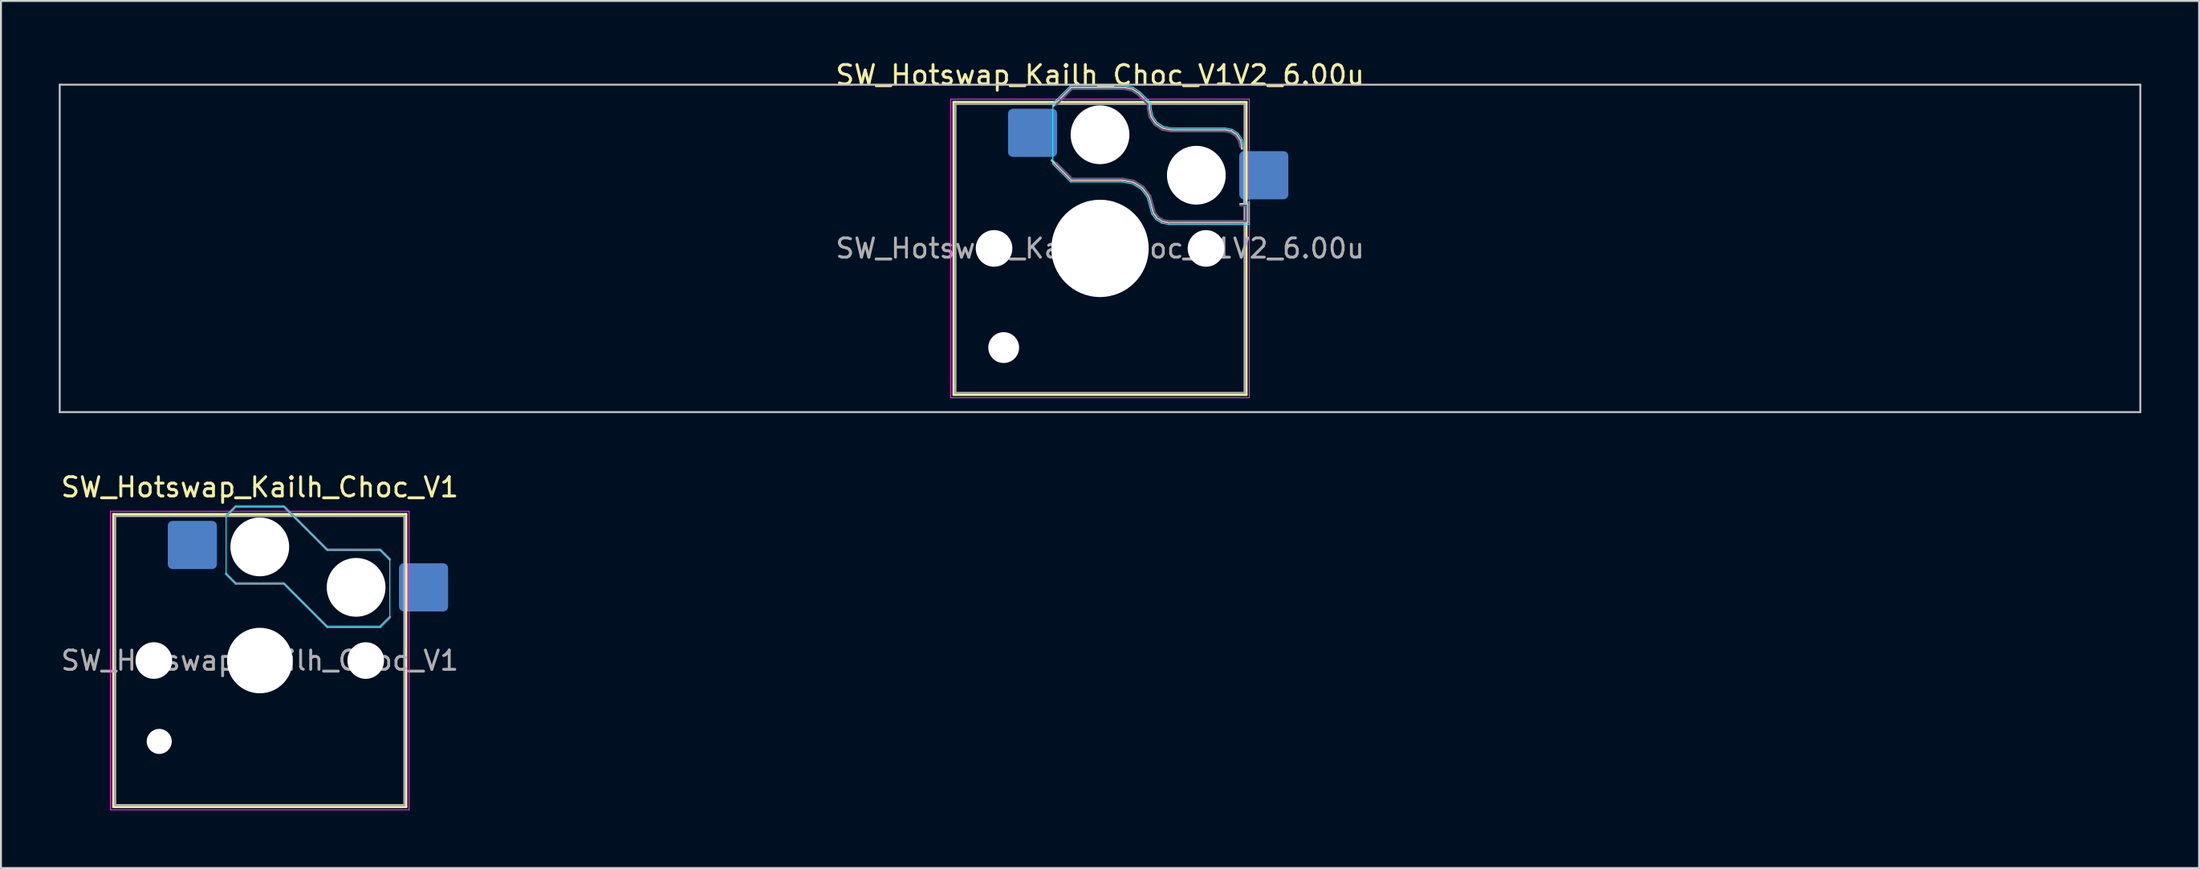
<source format=kicad_pcb>
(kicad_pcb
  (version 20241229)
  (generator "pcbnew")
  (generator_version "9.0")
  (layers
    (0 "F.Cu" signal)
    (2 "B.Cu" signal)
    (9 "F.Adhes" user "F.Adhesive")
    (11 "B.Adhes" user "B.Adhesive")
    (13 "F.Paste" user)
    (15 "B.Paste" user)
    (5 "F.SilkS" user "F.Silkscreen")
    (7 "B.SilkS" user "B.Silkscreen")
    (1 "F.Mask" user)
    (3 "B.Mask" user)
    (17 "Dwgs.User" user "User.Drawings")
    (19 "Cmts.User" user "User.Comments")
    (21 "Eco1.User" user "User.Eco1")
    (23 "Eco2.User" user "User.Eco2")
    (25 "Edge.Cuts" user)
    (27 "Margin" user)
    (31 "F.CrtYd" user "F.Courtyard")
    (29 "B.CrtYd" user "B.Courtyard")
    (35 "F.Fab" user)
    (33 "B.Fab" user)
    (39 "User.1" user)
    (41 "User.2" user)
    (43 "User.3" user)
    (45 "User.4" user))
  (footprint "SW_Hotswap_Kailh_Choc_V1"
    (layer "F.Cu")
    (at 10.435 31.247)
    (property "Reference" "SW_Hotswap_Kailh_Choc_V1" (at 0 -9 0) (layer "F.SilkS") (effects (font (size 1 1) (thickness 0.15))))
    (attr smd)
    (fp_line (start -7.6 -7.6) (end -7.6 7.6) (stroke (width 0.12) (type solid)) (layer "F.SilkS"))
    (fp_line (start -7.6 7.6) (end 7.6 7.6) (stroke (width 0.12) (type solid)) (layer "F.SilkS"))
    (fp_line (start 7.6 -7.6) (end -7.6 -7.6) (stroke (width 0.12) (type solid)) (layer "F.SilkS"))
    (fp_line (start 7.6 7.6) (end 7.6 -7.6) (stroke (width 0.12) (type solid)) (layer "F.SilkS"))
    (fp_line (start -1.75 -7.5) (end -1.25 -8) (stroke (width 0.12) (type solid)) (layer "B.SilkS"))
    (fp_line (start -1.25 -8) (end 1.25 -8) (stroke (width 0.12) (type solid)) (layer "B.SilkS"))
    (fp_line (start -1.25 -4) (end -1.75 -4.5) (stroke (width 0.12) (type solid)) (layer "B.SilkS"))
    (fp_line (start 1.25 -8) (end 3.5 -5.75) (stroke (width 0.12) (type solid)) (layer "B.SilkS"))
    (fp_line (start 1.25 -4) (end -1.25 -4) (stroke (width 0.12) (type solid)) (layer "B.SilkS"))
    (fp_line (start 3.5 -5.75) (end 6.25 -5.75) (stroke (width 0.12) (type solid)) (layer "B.SilkS"))
    (fp_line (start 3.5 -1.75) (end 1.25 -4) (stroke (width 0.12) (type solid)) (layer "B.SilkS"))
    (fp_line (start 6.25 -5.75) (end 6.75 -5.25) (stroke (width 0.12) (type solid)) (layer "B.SilkS"))
    (fp_line (start 6.25 -1.75) (end 3.5 -1.75) (stroke (width 0.12) (type solid)) (layer "B.SilkS"))
    (fp_line (start 6.75 -2.25) (end 6.25 -1.75) (stroke (width 0.12) (type solid)) (layer "B.SilkS"))
    (fp_line (start -7.25 -7.25) (end -7.25 7.25) (stroke (width 0.1) (type solid)) (layer "Eco1.User"))
    (fp_line (start -7.25 7.25) (end 7.25 7.25) (stroke (width 0.1) (type solid)) (layer "Eco1.User"))
    (fp_line (start 7.25 -7.25) (end -7.25 -7.25) (stroke (width 0.1) (type solid)) (layer "Eco1.User"))
    (fp_line (start 7.25 7.25) (end 7.25 -7.25) (stroke (width 0.1) (type solid)) (layer "Eco1.User"))
    (fp_line (start -1.75 -7.5) (end -1.25 -8) (stroke (width 0.05) (type solid)) (layer "B.CrtYd"))
    (fp_line (start -1.75 -4.5) (end -1.75 -7.5) (stroke (width 0.05) (type solid)) (layer "B.CrtYd"))
    (fp_line (start -1.25 -8) (end 1.25 -8) (stroke (width 0.05) (type solid)) (layer "B.CrtYd"))
    (fp_line (start -1.25 -4) (end -1.75 -4.5) (stroke (width 0.05) (type solid)) (layer "B.CrtYd"))
    (fp_line (start 1.25 -8) (end 3.5 -5.75) (stroke (width 0.05) (type solid)) (layer "B.CrtYd"))
    (fp_line (start 1.25 -4) (end -1.25 -4) (stroke (width 0.05) (type solid)) (layer "B.CrtYd"))
    (fp_line (start 3.5 -5.75) (end 6.25 -5.75) (stroke (width 0.05) (type solid)) (layer "B.CrtYd"))
    (fp_line (start 3.5 -1.75) (end 1.25 -4) (stroke (width 0.05) (type solid)) (layer "B.CrtYd"))
    (fp_line (start 6.25 -5.75) (end 6.75 -5.25) (stroke (width 0.05) (type solid)) (layer "B.CrtYd"))
    (fp_line (start 6.25 -1.75) (end 3.5 -1.75) (stroke (width 0.05) (type solid)) (layer "B.CrtYd"))
    (fp_line (start 6.75 -5.25) (end 6.75 -2.25) (stroke (width 0.05) (type solid)) (layer "B.CrtYd"))
    (fp_line (start 6.75 -2.25) (end 6.25 -1.75) (stroke (width 0.05) (type solid)) (layer "B.CrtYd"))
    (fp_line (start -7.75 -7.75) (end -7.75 7.75) (stroke (width 0.05) (type solid)) (layer "F.CrtYd"))
    (fp_line (start -7.75 7.75) (end 7.75 7.75) (stroke (width 0.05) (type solid)) (layer "F.CrtYd"))
    (fp_line (start 7.75 -7.75) (end -7.75 -7.75) (stroke (width 0.05) (type solid)) (layer "F.CrtYd"))
    (fp_line (start 7.75 7.75) (end 7.75 -7.75) (stroke (width 0.05) (type solid)) (layer "F.CrtYd"))
    (fp_line (start -1.75 -7.5) (end -1.25 -8) (stroke (width 0.1) (type solid)) (layer "B.Fab"))
    (fp_line (start -1.25 -8) (end 1.25 -8) (stroke (width 0.1) (type solid)) (layer "B.Fab"))
    (fp_line (start -1.25 -4) (end -1.75 -4.5) (stroke (width 0.1) (type solid)) (layer "B.Fab"))
    (fp_line (start 1.25 -8) (end 3.5 -5.75) (stroke (width 0.1) (type solid)) (layer "B.Fab"))
    (fp_line (start 1.25 -4) (end -1.25 -4) (stroke (width 0.1) (type solid)) (layer "B.Fab"))
    (fp_line (start 3.5 -5.75) (end 6.25 -5.75) (stroke (width 0.1) (type solid)) (layer "B.Fab"))
    (fp_line (start 3.5 -1.75) (end 1.25 -4) (stroke (width 0.1) (type solid)) (layer "B.Fab"))
    (fp_line (start 6.25 -5.75) (end 6.75 -5.25) (stroke (width 0.1) (type solid)) (layer "B.Fab"))
    (fp_line (start 6.25 -1.75) (end 3.5 -1.75) (stroke (width 0.1) (type solid)) (layer "B.Fab"))
    (fp_line (start 6.75 -2.25) (end 6.25 -1.75) (stroke (width 0.1) (type solid)) (layer "B.Fab"))
    (fp_line (start -7.5 -7.5) (end -7.5 7.5) (stroke (width 0.1) (type solid)) (layer "F.Fab"))
    (fp_line (start -7.5 7.5) (end 7.5 7.5) (stroke (width 0.1) (type solid)) (layer "F.Fab"))
    (fp_line (start 7.5 -7.5) (end -7.5 -7.5) (stroke (width 0.1) (type solid)) (layer "F.Fab"))
    (fp_line (start 7.5 7.5) (end 7.5 -7.5) (stroke (width 0.1) (type solid)) (layer "F.Fab"))
    (fp_text user "${REFERENCE}" (at 0 0 0) (layer "F.Fab") (effects (font (size 1 1) (thickness 0.15))))
    (pad "" np_thru_hole circle (at -5.5 0) (size 1.9 1.9) (drill 1.9) (layers "*.Cu" "*.Mask"))
    (pad "" np_thru_hole circle (at -5.22 4.2) (size 1.3 1.3) (drill 1.3) (layers "*.Cu" "*.Mask"))
    (pad "" np_thru_hole circle (at 0 -5.9) (size 3.05 3.05) (drill 3.05) (layers "*.Cu" "*.Mask"))
    (pad "" np_thru_hole circle (at 0 0) (size 3.4 3.4) (drill 3.4) (layers "*.Cu" "*.Mask"))
    (pad "" np_thru_hole circle (at 5 -3.8) (size 3.05 3.05) (drill 3.05) (layers "*.Cu" "*.Mask"))
    (pad "" np_thru_hole circle (at 5.5 0) (size 1.9 1.9) (drill 1.9) (layers "*.Cu" "*.Mask"))
    (pad "1" smd roundrect (at -3.5 -6) (size 2.55 2.5) (layers "B.Cu" "B.Mask" "B.Paste") (roundrect_rratio 0.1))
    (pad "2" smd roundrect (at 8.5 -3.8) (size 2.55 2.5) (layers "B.Cu" "B.Mask" "B.Paste") (roundrect_rratio 0.1)))
  (footprint "SW_Hotswap_Kailh_Choc_V1V2_6.00u"
    (layer "F.Cu")
    (at 54.05 9.848)
    (property "Reference" "SW_Hotswap_Kailh_Choc_V1V2_6.00u" (at 0 -9 0) (layer "F.SilkS") (effects (font (size 1 1) (thickness 0.15))))
    (attr smd)
    (fp_line (start -7.6 -7.6) (end -7.6 7.6) (stroke (width 0.12) (type solid)) (layer "F.SilkS"))
    (fp_line (start -7.6 7.6) (end 7.6 7.6) (stroke (width 0.12) (type solid)) (layer "F.SilkS"))
    (fp_line (start 7.6 -7.6) (end -7.6 -7.6) (stroke (width 0.12) (type solid)) (layer "F.SilkS"))
    (fp_line (start 7.6 7.6) (end 7.6 -7.6) (stroke (width 0.12) (type solid)) (layer "F.SilkS"))
    (fp_line (start -2.416 -7.409) (end -1.479 -8.346) (stroke (width 0.12) (type solid)) (layer "B.SilkS"))
    (fp_line (start -1.479 -8.346) (end 1.268 -8.346) (stroke (width 0.12) (type solid)) (layer "B.SilkS"))
    (fp_line (start -1.479 -3.554) (end -2.5 -4.575) (stroke (width 0.12) (type solid)) (layer "B.SilkS"))
    (fp_line (start 1.168 -3.554) (end -1.479 -3.554) (stroke (width 0.12) (type solid)) (layer "B.SilkS"))
    (fp_line (start 1.268 -8.346) (end 1.671 -8.266) (stroke (width 0.12) (type solid)) (layer "B.SilkS"))
    (fp_line (start 1.671 -8.266) (end 2.013 -8.037) (stroke (width 0.12) (type solid)) (layer "B.SilkS"))
    (fp_line (start 1.73 -3.449) (end 1.168 -3.554) (stroke (width 0.12) (type solid)) (layer "B.SilkS"))
    (fp_line (start 2.013 -8.037) (end 2.546 -7.504) (stroke (width 0.12) (type solid)) (layer "B.SilkS"))
    (fp_line (start 2.209 -3.15) (end 1.73 -3.449) (stroke (width 0.12) (type solid)) (layer "B.SilkS"))
    (fp_line (start 2.546 -7.504) (end 2.546 -7.282) (stroke (width 0.12) (type solid)) (layer "B.SilkS"))
    (fp_line (start 2.546 -7.282) (end 2.633 -6.844) (stroke (width 0.12) (type solid)) (layer "B.SilkS"))
    (fp_line (start 2.547 -2.697) (end 2.209 -3.15) (stroke (width 0.12) (type solid)) (layer "B.SilkS"))
    (fp_line (start 2.633 -6.844) (end 2.877 -6.477) (stroke (width 0.12) (type solid)) (layer "B.SilkS"))
    (fp_line (start 2.701 -2.139) (end 2.547 -2.697) (stroke (width 0.12) (type solid)) (layer "B.SilkS"))
    (fp_line (start 2.783 -1.841) (end 2.701 -2.139) (stroke (width 0.12) (type solid)) (layer "B.SilkS"))
    (fp_line (start 2.877 -6.477) (end 3.244 -6.233) (stroke (width 0.12) (type solid)) (layer "B.SilkS"))
    (fp_line (start 2.976 -1.583) (end 2.783 -1.841) (stroke (width 0.12) (type solid)) (layer "B.SilkS"))
    (fp_line (start 3.244 -6.233) (end 3.682 -6.146) (stroke (width 0.12) (type solid)) (layer "B.SilkS"))
    (fp_line (start 3.25 -1.413) (end 2.976 -1.583) (stroke (width 0.12) (type solid)) (layer "B.SilkS"))
    (fp_line (start 3.56 -1.354) (end 3.25 -1.413) (stroke (width 0.12) (type solid)) (layer "B.SilkS"))
    (fp_line (start 3.682 -6.146) (end 6.482 -6.146) (stroke (width 0.12) (type solid)) (layer "B.SilkS"))
    (fp_line (start 6.482 -6.146) (end 6.809 -6.081) (stroke (width 0.12) (type solid)) (layer "B.SilkS"))
    (fp_line (start 6.809 -6.081) (end 7.092 -5.892) (stroke (width 0.12) (type solid)) (layer "B.SilkS"))
    (fp_line (start 7.092 -5.892) (end 7.281 -5.609) (stroke (width 0.12) (type solid)) (layer "B.SilkS"))
    (fp_line (start 7.281 -5.609) (end 7.366 -5.182) (stroke (width 0.12) (type solid)) (layer "B.SilkS"))
    (fp_line (start 7.283 -2.296) (end 7.646 -2.296) (stroke (width 0.12) (type solid)) (layer "B.SilkS"))
    (fp_line (start 7.646 -2.296) (end 7.646 -1.354) (stroke (width 0.12) (type solid)) (layer "B.SilkS"))
    (fp_line (start 7.646 -1.354) (end 3.56 -1.354) (stroke (width 0.12) (type solid)) (layer "B.SilkS"))
    (fp_line (start -54 -8.5) (end -54 8.5) (stroke (width 0.1) (type solid)) (layer "Dwgs.User"))
    (fp_line (start -54 8.5) (end 54 8.5) (stroke (width 0.1) (type solid)) (layer "Dwgs.User"))
    (fp_line (start 54 -8.5) (end -54 -8.5) (stroke (width 0.1) (type solid)) (layer "Dwgs.User"))
    (fp_line (start 54 8.5) (end 54 -8.5) (stroke (width 0.1) (type solid)) (layer "Dwgs.User"))
    (fp_line (start -7.25 -7.25) (end -7.25 7.25) (stroke (width 0.1) (type solid)) (layer "Eco1.User"))
    (fp_line (start -7.25 7.25) (end 7.25 7.25) (stroke (width 0.1) (type solid)) (layer "Eco1.User"))
    (fp_line (start 7.25 -7.25) (end -7.25 -7.25) (stroke (width 0.1) (type solid)) (layer "Eco1.User"))
    (fp_line (start 7.25 7.25) (end 7.25 -7.25) (stroke (width 0.1) (type solid)) (layer "Eco1.User"))
    (fp_line (start -2.452 -7.523) (end -1.523 -8.452) (stroke (width 0.05) (type solid)) (layer "B.CrtYd"))
    (fp_line (start -2.452 -4.377) (end -2.452 -7.523) (stroke (width 0.05) (type solid)) (layer "B.CrtYd"))
    (fp_line (start -1.523 -8.452) (end 1.278 -8.452) (stroke (width 0.05) (type solid)) (layer "B.CrtYd"))
    (fp_line (start -1.523 -3.448) (end -2.452 -4.377) (stroke (width 0.05) (type solid)) (layer "B.CrtYd"))
    (fp_line (start 1.159 -3.448) (end -1.523 -3.448) (stroke (width 0.05) (type solid)) (layer "B.CrtYd"))
    (fp_line (start 1.278 -8.452) (end 1.712 -8.366) (stroke (width 0.05) (type solid)) (layer "B.CrtYd"))
    (fp_line (start 1.691 -3.348) (end 1.159 -3.448) (stroke (width 0.05) (type solid)) (layer "B.CrtYd"))
    (fp_line (start 1.712 -8.366) (end 2.081 -8.119) (stroke (width 0.05) (type solid)) (layer "B.CrtYd"))
    (fp_line (start 2.081 -8.119) (end 2.652 -7.548) (stroke (width 0.05) (type solid)) (layer "B.CrtYd"))
    (fp_line (start 2.136 -3.071) (end 1.691 -3.348) (stroke (width 0.05) (type solid)) (layer "B.CrtYd"))
    (fp_line (start 2.45 -2.65) (end 2.136 -3.071) (stroke (width 0.05) (type solid)) (layer "B.CrtYd"))
    (fp_line (start 2.599 -2.111) (end 2.45 -2.65) (stroke (width 0.05) (type solid)) (layer "B.CrtYd"))
    (fp_line (start 2.652 -7.548) (end 2.652 -7.292) (stroke (width 0.05) (type solid)) (layer "B.CrtYd"))
    (fp_line (start 2.652 -7.292) (end 2.733 -6.885) (stroke (width 0.05) (type solid)) (layer "B.CrtYd"))
    (fp_line (start 2.687 -1.794) (end 2.599 -2.111) (stroke (width 0.05) (type solid)) (layer "B.CrtYd"))
    (fp_line (start 2.733 -6.885) (end 2.953 -6.553) (stroke (width 0.05) (type solid)) (layer "B.CrtYd"))
    (fp_line (start 2.903 -1.503) (end 2.687 -1.794) (stroke (width 0.05) (type solid)) (layer "B.CrtYd"))
    (fp_line (start 2.953 -6.553) (end 3.285 -6.333) (stroke (width 0.05) (type solid)) (layer "B.CrtYd"))
    (fp_line (start 3.211 -1.312) (end 2.903 -1.503) (stroke (width 0.05) (type solid)) (layer "B.CrtYd"))
    (fp_line (start 3.285 -6.333) (end 3.692 -6.252) (stroke (width 0.05) (type solid)) (layer "B.CrtYd"))
    (fp_line (start 3.55 -1.248) (end 3.211 -1.312) (stroke (width 0.05) (type solid)) (layer "B.CrtYd"))
    (fp_line (start 3.692 -6.252) (end 6.492 -6.252) (stroke (width 0.05) (type solid)) (layer "B.CrtYd"))
    (fp_line (start 6.492 -6.252) (end 6.85 -6.181) (stroke (width 0.05) (type solid)) (layer "B.CrtYd"))
    (fp_line (start 6.85 -6.181) (end 7.168 -5.968) (stroke (width 0.05) (type solid)) (layer "B.CrtYd"))
    (fp_line (start 7.168 -5.968) (end 7.381 -5.65) (stroke (width 0.05) (type solid)) (layer "B.CrtYd"))
    (fp_line (start 7.381 -5.65) (end 7.452 -5.292) (stroke (width 0.05) (type solid)) (layer "B.CrtYd"))
    (fp_line (start 7.452 -5.292) (end 7.452 -2.402) (stroke (width 0.05) (type solid)) (layer "B.CrtYd"))
    (fp_line (start 7.452 -2.402) (end 7.752 -2.402) (stroke (width 0.05) (type solid)) (layer "B.CrtYd"))
    (fp_line (start 7.752 -2.402) (end 7.752 -1.248) (stroke (width 0.05) (type solid)) (layer "B.CrtYd"))
    (fp_line (start 7.752 -1.248) (end 3.55 -1.248) (stroke (width 0.05) (type solid)) (layer "B.CrtYd"))
    (fp_line (start -7.75 -7.75) (end -7.75 7.75) (stroke (width 0.05) (type solid)) (layer "F.CrtYd"))
    (fp_line (start -7.75 7.75) (end 7.75 7.75) (stroke (width 0.05) (type solid)) (layer "F.CrtYd"))
    (fp_line (start 7.75 -7.75) (end -7.75 -7.75) (stroke (width 0.05) (type solid)) (layer "F.CrtYd"))
    (fp_line (start 7.75 7.75) (end 7.75 -7.75) (stroke (width 0.05) (type solid)) (layer "F.CrtYd"))
    (fp_line (start -2.275 -7.45) (end -1.45 -8.275) (stroke (width 0.1) (type solid)) (layer "B.Fab"))
    (fp_line (start -1.45 -8.275) (end 1.261 -8.275) (stroke (width 0.1) (type solid)) (layer "B.Fab"))
    (fp_line (start -1.45 -3.625) (end -2.275 -4.45) (stroke (width 0.1) (type solid)) (layer "B.Fab"))
    (fp_line (start 1.175 -3.625) (end -1.45 -3.625) (stroke (width 0.1) (type solid)) (layer "B.Fab"))
    (fp_line (start 1.261 -8.275) (end 1.643 -8.199) (stroke (width 0.1) (type solid)) (layer "B.Fab"))
    (fp_line (start 1.643 -8.199) (end 1.968 -7.982) (stroke (width 0.1) (type solid)) (layer "B.Fab"))
    (fp_line (start 1.756 -3.516) (end 1.175 -3.625) (stroke (width 0.1) (type solid)) (layer "B.Fab"))
    (fp_line (start 1.968 -7.982) (end 2.475 -7.475) (stroke (width 0.1) (type solid)) (layer "B.Fab"))
    (fp_line (start 2.258 -3.203) (end 1.756 -3.516) (stroke (width 0.1) (type solid)) (layer "B.Fab"))
    (fp_line (start 2.475 -7.475) (end 2.475 -7.275) (stroke (width 0.1) (type solid)) (layer "B.Fab"))
    (fp_line (start 2.475 -7.275) (end 2.566 -6.816) (stroke (width 0.1) (type solid)) (layer "B.Fab"))
    (fp_line (start 2.566 -6.816) (end 2.826 -6.426) (stroke (width 0.1) (type solid)) (layer "B.Fab"))
    (fp_line (start 2.612 -2.729) (end 2.258 -3.203) (stroke (width 0.1) (type solid)) (layer "B.Fab"))
    (fp_line (start 2.769 -2.158) (end 2.612 -2.729) (stroke (width 0.1) (type solid)) (layer "B.Fab"))
    (fp_line (start 2.826 -6.426) (end 3.216 -6.166) (stroke (width 0.1) (type solid)) (layer "B.Fab"))
    (fp_line (start 2.848 -1.873) (end 2.769 -2.158) (stroke (width 0.1) (type solid)) (layer "B.Fab"))
    (fp_line (start 3.025 -1.636) (end 2.848 -1.873) (stroke (width 0.1) (type solid)) (layer "B.Fab"))
    (fp_line (start 3.216 -6.166) (end 3.675 -6.075) (stroke (width 0.1) (type solid)) (layer "B.Fab"))
    (fp_line (start 3.276 -1.48) (end 3.025 -1.636) (stroke (width 0.1) (type solid)) (layer "B.Fab"))
    (fp_line (start 3.567 -1.425) (end 3.276 -1.48) (stroke (width 0.1) (type solid)) (layer "B.Fab"))
    (fp_line (start 3.675 -6.075) (end 6.475 -6.075) (stroke (width 0.1) (type solid)) (layer "B.Fab"))
    (fp_line (start 6.475 -6.075) (end 6.781 -6.014) (stroke (width 0.1) (type solid)) (layer "B.Fab"))
    (fp_line (start 6.781 -6.014) (end 7.041 -5.841) (stroke (width 0.1) (type solid)) (layer "B.Fab"))
    (fp_line (start 7.041 -5.841) (end 7.214 -5.581) (stroke (width 0.1) (type solid)) (layer "B.Fab"))
    (fp_line (start 7.214 -5.581) (end 7.275 -5.275) (stroke (width 0.1) (type solid)) (layer "B.Fab"))
    (fp_line (start 7.275 -2.225) (end 7.575 -2.225) (stroke (width 0.1) (type solid)) (layer "B.Fab"))
    (fp_line (start 7.575 -2.225) (end 7.575 -1.425) (stroke (width 0.1) (type solid)) (layer "B.Fab"))
    (fp_line (start 7.575 -1.425) (end 3.567 -1.425) (stroke (width 0.1) (type solid)) (layer "B.Fab"))
    (fp_line (start -7.5 -7.5) (end -7.5 7.5) (stroke (width 0.1) (type solid)) (layer "F.Fab"))
    (fp_line (start -7.5 7.5) (end 7.5 7.5) (stroke (width 0.1) (type solid)) (layer "F.Fab"))
    (fp_line (start 7.5 -7.5) (end -7.5 -7.5) (stroke (width 0.1) (type solid)) (layer "F.Fab"))
    (fp_line (start 7.5 7.5) (end 7.5 -7.5) (stroke (width 0.1) (type solid)) (layer "F.Fab"))
    (fp_text user "${REFERENCE}" (at 0 0 0) (layer "F.Fab") (effects (font (size 1 1) (thickness 0.15))))
    (pad "" np_thru_hole circle (at -5.5 0) (size 1.9 1.9) (drill 1.9) (layers "*.Cu" "*.Mask"))
    (pad "" np_thru_hole circle (at -5 5.15) (size 1.6 1.6) (drill 1.6) (layers "*.Cu" "*.Mask"))
    (pad "" np_thru_hole circle (at 0 -5.9) (size 3.05 3.05) (drill 3.05) (layers "*.Cu" "*.Mask"))
    (pad "" np_thru_hole circle (at 0 0) (size 5.05 5.05) (drill 5.05) (layers "*.Cu" "*.Mask"))
    (pad "" np_thru_hole circle (at 5 -3.8) (size 3.05 3.05) (drill 3.05) (layers "*.Cu" "*.Mask"))
    (pad "" np_thru_hole circle (at 5.5 0) (size 1.9 1.9) (drill 1.9) (layers "*.Cu" "*.Mask"))
    (pad "1" smd roundrect (at -3.5 -6) (size 2.55 2.5) (layers "B.Cu" "B.Mask" "B.Paste") (roundrect_rratio 0.1))
    (pad "2" smd roundrect (at 8.5 -3.8) (size 2.55 2.5) (layers "B.Cu" "B.Mask" "B.Paste") (roundrect_rratio 0.1)))
  (gr_rect
    (start -3 -3)
    (end 111.1 42.022)
    (stroke (width 0.1) (type default))
    (fill no)
    (layer "Edge.Cuts")))
</source>
